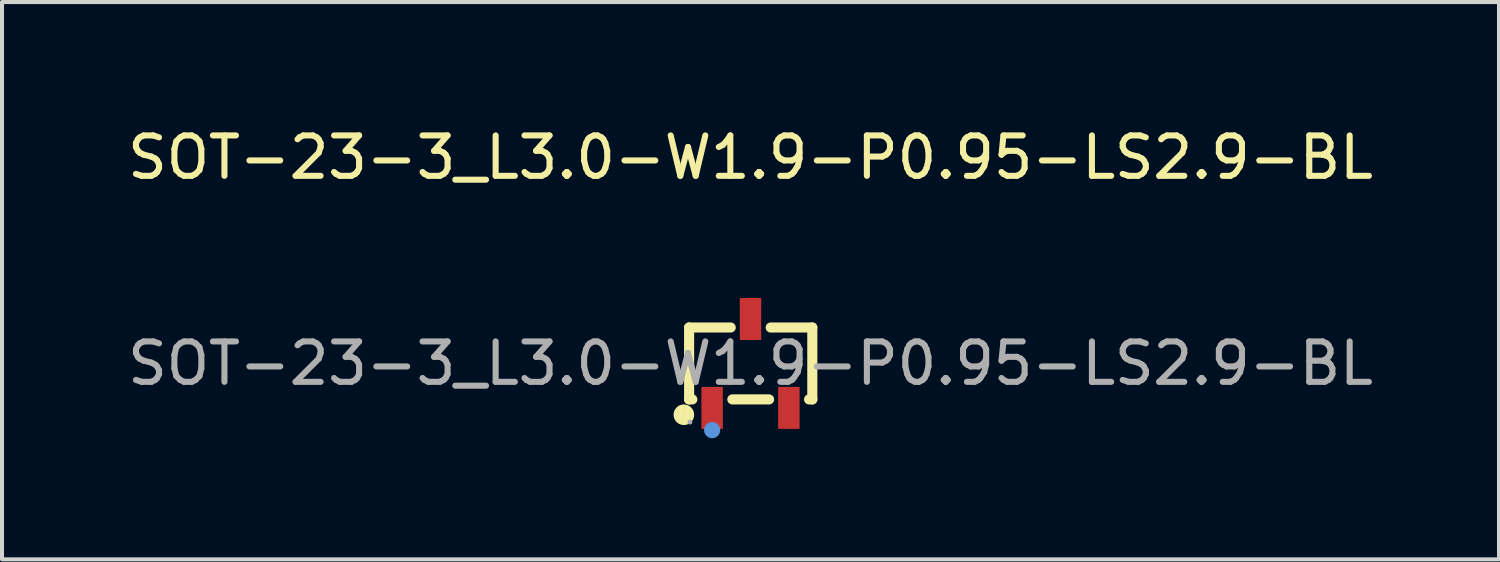
<source format=kicad_pcb>
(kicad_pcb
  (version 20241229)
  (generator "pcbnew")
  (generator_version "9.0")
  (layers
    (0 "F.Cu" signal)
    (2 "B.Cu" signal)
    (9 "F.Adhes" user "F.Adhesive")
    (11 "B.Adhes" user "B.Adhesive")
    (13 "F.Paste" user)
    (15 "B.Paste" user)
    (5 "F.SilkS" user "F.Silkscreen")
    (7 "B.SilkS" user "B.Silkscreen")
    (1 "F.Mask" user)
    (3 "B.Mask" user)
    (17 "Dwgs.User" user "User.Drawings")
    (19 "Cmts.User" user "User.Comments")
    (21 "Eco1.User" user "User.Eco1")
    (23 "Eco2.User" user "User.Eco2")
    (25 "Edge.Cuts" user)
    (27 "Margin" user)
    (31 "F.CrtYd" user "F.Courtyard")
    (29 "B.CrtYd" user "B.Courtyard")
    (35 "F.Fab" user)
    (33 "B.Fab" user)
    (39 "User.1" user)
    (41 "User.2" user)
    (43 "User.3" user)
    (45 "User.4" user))
  (footprint "SOT-23-3_L3.0-W1.9-P0.95-LS2.9-BL"
    (layer "F.Cu")
    (at 15.53 5.948)
    (property "Reference" "SOT-23-3_L3.0-W1.9-P0.95-LS2.9-BL" (at 0 -5.1 0) (layer "F.SilkS") (effects (font (size 1 1) (thickness 0.15))))
    (attr smd)
    (fp_line (start -1.52 -0.89) (end -0.49 -0.89) (stroke (width 0.25) (type solid)) (layer "F.SilkS"))
    (fp_line (start -1.52 0.89) (end -1.52 -0.89) (stroke (width 0.25) (type solid)) (layer "F.SilkS"))
    (fp_line (start -1.44 0.89) (end -1.52 0.89) (stroke (width 0.25) (type solid)) (layer "F.SilkS"))
    (fp_line (start 0.46 0.89) (end -0.45 0.89) (stroke (width 0.25) (type solid)) (layer "F.SilkS"))
    (fp_line (start 0.5 -0.89) (end 1.53 -0.89) (stroke (width 0.25) (type solid)) (layer "F.SilkS"))
    (fp_line (start 1.53 -0.89) (end 1.53 0.89) (stroke (width 0.25) (type solid)) (layer "F.SilkS"))
    (fp_line (start 1.53 0.89) (end 1.45 0.89) (stroke (width 0.25) (type solid)) (layer "F.SilkS"))
    (fp_circle (center -1.65 1.27) (end -1.52 1.27) (stroke (width 0.25) (type solid)) (fill no) (layer "F.SilkS"))
    (fp_circle (center -0.95 1.65) (end -0.85 1.65) (stroke (width 0.2) (type solid)) (fill no) (layer "Cmts.User"))
    (fp_circle (center -1.5 1.45) (end -1.47 1.45) (stroke (width 0.06) (type solid)) (fill no) (layer "F.Fab"))
    (fp_text user "${REFERENCE}" (at 0 0 0) (layer "F.Fab") (effects (font (size 1 1) (thickness 0.15))))
    (pad "1" smd rect (at -0.95 1.1 270) (size 1.04 0.53) (layers "F.Cu" "F.Mask" "F.Paste"))
    (pad "2" smd rect (at 0.95 1.1 270) (size 1.04 0.53) (layers "F.Cu" "F.Mask" "F.Paste"))
    (pad "3" smd rect (at 0 -1.1 270) (size 1.04 0.53) (layers "F.Cu" "F.Mask" "F.Paste")))
  (gr_rect
    (start -3 -3)
    (end 34.06 10.798)
    (stroke (width 0.1) (type default))
    (fill no)
    (layer "Edge.Cuts")))
</source>
